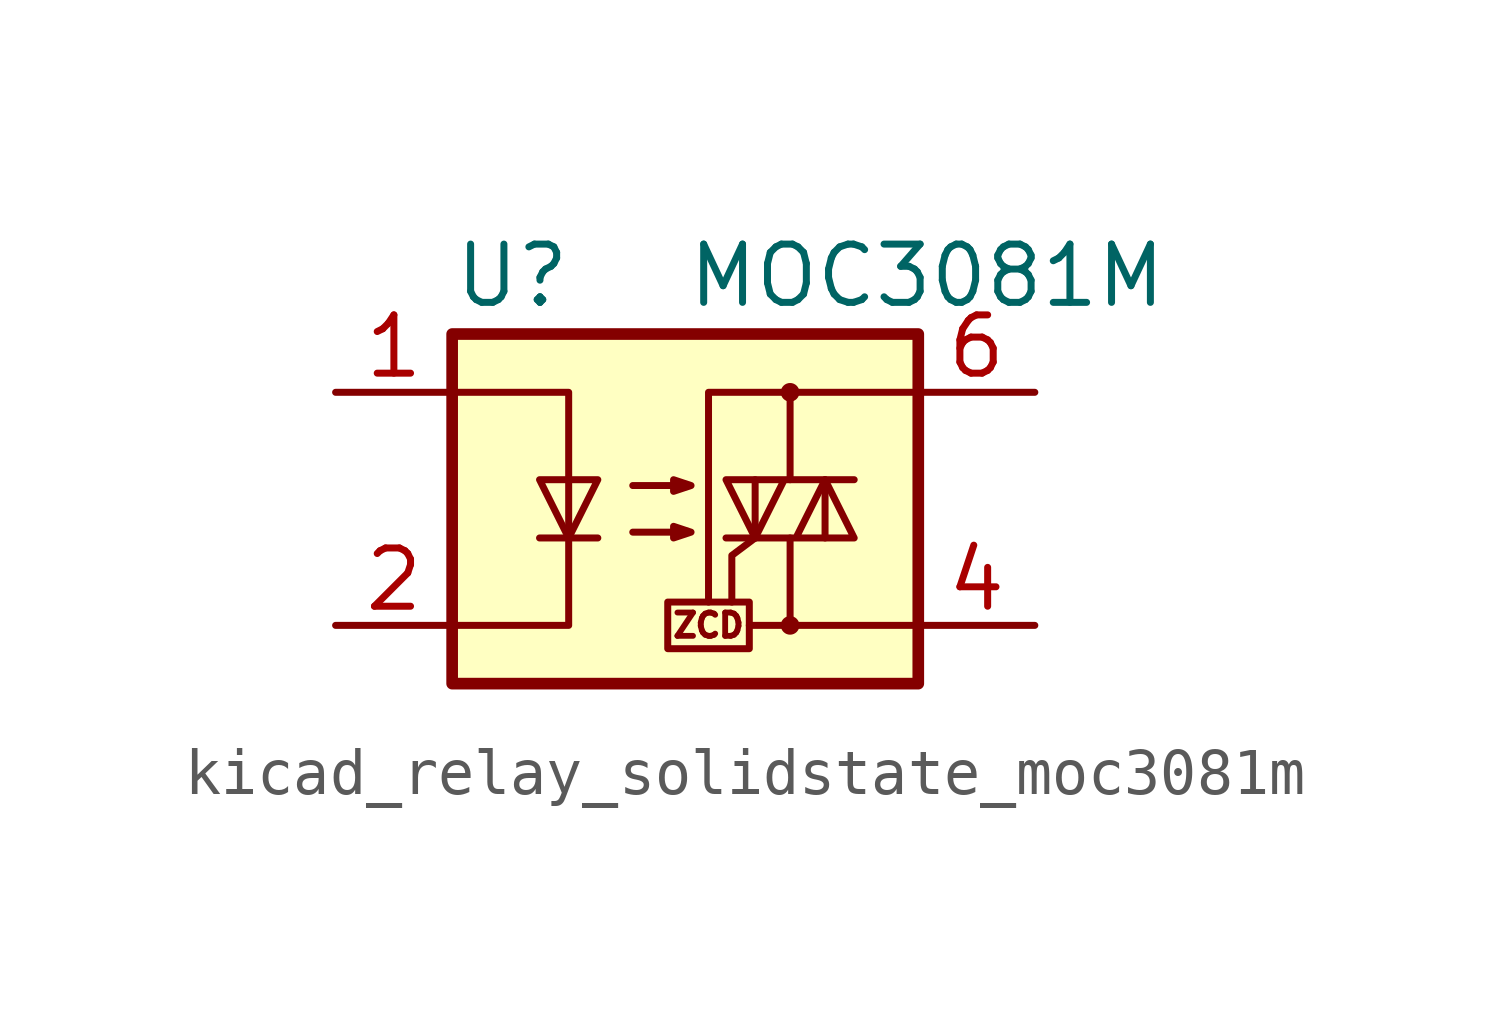
<source format=kicad_sym>
(kicad_symbol_lib
  (version 20220914)
  (generator kicad_symbol_editor)
  (symbol "kicad_relay_solidstate_moc3081m"
    (property "Reference" "U"
      (at -5.08 5.08 0)
      (effects (font (size 1.27 1.27)) (justify left)))
    (property "Value" "MOC3081M"
      (at 0 5.08 0)
      (effects (font (size 1.27 1.27)) (justify left)))
    (symbol "kicad_relay_solidstate_moc3081m_0_0"
      (rectangle (start -0.381 -2.032) (end 1.397 -3.048) (stroke (width 0) (type default)) (fill (type none)))
      (polyline (pts (xy 2.286 -2.54) (xy 1.397 -2.54)) (stroke (width 0) (type default)) (fill (type none)))
      (polyline (pts (xy 1.524 -0.635) (xy 1.016 -1.016) (xy 1.016 -2.032)) (stroke (width 0) (type default)) (fill (type none)))
      (text "ZCD" (at 0.508 -2.54 0) (effects (font (size 0.508 0.508)))))
    (symbol "kicad_relay_solidstate_moc3081m_0_1"
      (rectangle (start -5.08 3.81) (end 5.08 -3.81) (stroke (width 0.254) (type default)) (fill (type background)))
      (polyline (pts (xy -3.175 -0.635) (xy -1.905 -0.635)) (stroke (width 0) (type default)) (fill (type none)))
      (polyline (pts (xy 1.524 -0.635) (xy 1.524 0.635)) (stroke (width 0) (type default)) (fill (type none)))
      (polyline (pts (xy 3.048 0.635) (xy 3.048 -0.635)) (stroke (width 0) (type default)) (fill (type none)))
      (polyline (pts (xy 2.286 -0.635) (xy 2.286 -2.54) (xy 5.08 -2.54)) (stroke (width 0) (type default)) (fill (type none)))
      (polyline (pts (xy 2.286 0.635) (xy 2.286 2.54) (xy 5.08 2.54)) (stroke (width 0) (type default)) (fill (type none)))
      (polyline (pts (xy 2.286 2.54) (xy 0.508 2.54) (xy 0.508 -2.032)) (stroke (width 0) (type default)) (fill (type none)))
      (polyline (pts (xy -5.08 2.54) (xy -2.54 2.54) (xy -2.54 -2.54) (xy -5.08 -2.54)) (stroke (width 0) (type default)) (fill (type none)))
      (polyline (pts (xy -2.54 -0.635) (xy -3.175 0.635) (xy -1.905 0.635) (xy -2.54 -0.635)) (stroke (width 0) (type default)) (fill (type none)))
      (polyline (pts (xy 0.889 -0.635) (xy 3.683 -0.635) (xy 3.048 0.635) (xy 2.413 -0.635)) (stroke (width 0) (type default)) (fill (type none)))
      (polyline (pts (xy 3.683 0.635) (xy 0.889 0.635) (xy 1.524 -0.635) (xy 2.159 0.635)) (stroke (width 0) (type default)) (fill (type none)))
      (polyline (pts (xy -1.143 -0.508) (xy 0.127 -0.508) (xy -0.254 -0.635) (xy -0.254 -0.381) (xy 0.127 -0.508)) (stroke (width 0) (type default)) (fill (type none)))
      (polyline (pts (xy -1.143 0.508) (xy 0.127 0.508) (xy -0.254 0.381) (xy -0.254 0.635) (xy 0.127 0.508)) (stroke (width 0) (type default)) (fill (type none)))
      (circle (center 2.286 -2.54) (radius 0.127) (stroke (width 0) (type default)) (fill (type none)))
      (circle (center 2.286 2.54) (radius 0.127) (stroke (width 0) (type default)) (fill (type none))))
    (symbol "kicad_relay_solidstate_moc3081m_1_1"
      (pin passive line (at -7.62 2.54 0) (length 2.54) (name "~" (effects (font (size 1.27 1.27)))) (number "1" (effects (font (size 1.27 1.27)))))
      (pin passive line (at -7.62 -2.54 0) (length 2.54) (name "~" (effects (font (size 1.27 1.27)))) (number "2" (effects (font (size 1.27 1.27)))))
      (pin no_connect line (at -5.08 0 0) (length 2.54) hide (name "NC" (effects (font (size 1.27 1.27)))) (number "3" (effects (font (size 1.27 1.27)))))
      (pin passive line (at 7.62 -2.54 180) (length 2.54) (name "~" (effects (font (size 1.27 1.27)))) (number "4" (effects (font (size 1.27 1.27)))))
      (pin no_connect line (at 5.08 0 180) (length 2.54) hide (name "NC" (effects (font (size 1.27 1.27)))) (number "5" (effects (font (size 1.27 1.27)))))
      (pin passive line (at 7.62 2.54 180) (length 2.54) (name "~" (effects (font (size 1.27 1.27)))) (number "6" (effects (font (size 1.27 1.27))))))))
</source>
